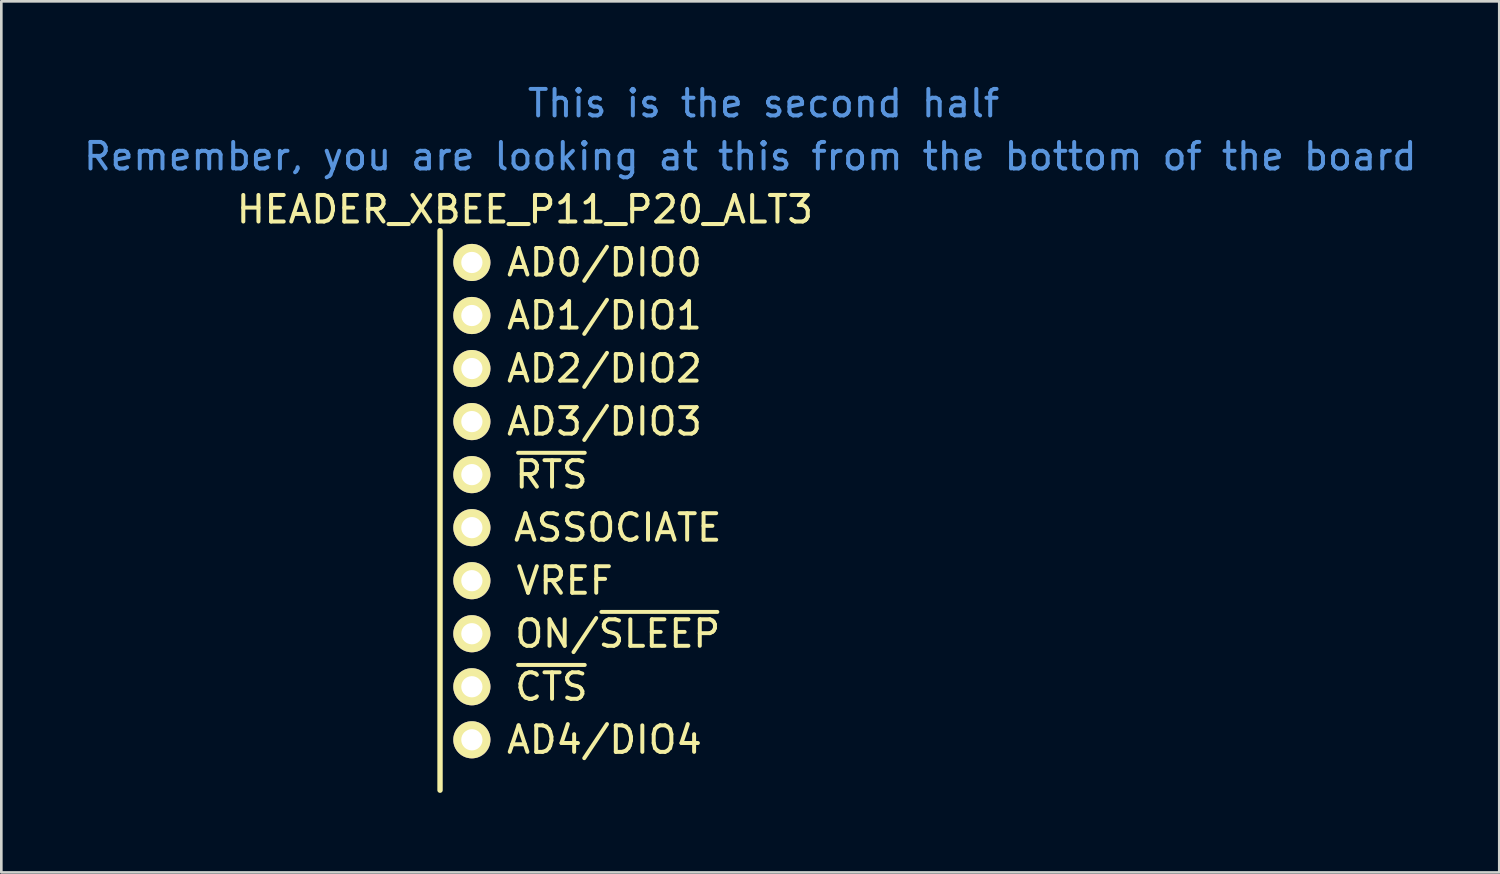
<source format=kicad_pcb>
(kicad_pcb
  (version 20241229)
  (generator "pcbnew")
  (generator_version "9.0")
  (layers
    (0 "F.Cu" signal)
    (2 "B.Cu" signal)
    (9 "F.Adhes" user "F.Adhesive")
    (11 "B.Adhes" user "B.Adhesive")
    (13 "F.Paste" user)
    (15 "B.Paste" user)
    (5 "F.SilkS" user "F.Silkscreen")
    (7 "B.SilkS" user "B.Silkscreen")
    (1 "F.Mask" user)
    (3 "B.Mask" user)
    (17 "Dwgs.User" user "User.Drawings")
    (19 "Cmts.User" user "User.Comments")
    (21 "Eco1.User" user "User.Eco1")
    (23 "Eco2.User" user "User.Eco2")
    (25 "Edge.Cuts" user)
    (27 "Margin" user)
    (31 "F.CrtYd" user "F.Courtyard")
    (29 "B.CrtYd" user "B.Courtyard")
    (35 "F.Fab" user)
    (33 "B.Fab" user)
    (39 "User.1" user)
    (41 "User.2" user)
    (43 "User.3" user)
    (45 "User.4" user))
  (footprint "HEADER_XBEE_P11_P20_ALT3"
    (layer "F.Cu")
    (at 14.744 14.848)
    (property "Reference" "HEADER_XBEE_P11_P20_ALT3" (at 2 -10 0) (layer "F.SilkS") (effects (font (size 1 1) (thickness 0.152))))
    (attr through_hole)
    (fp_line (start -1.2 11.9) (end -1.2 -9.2) (stroke (width 0.203) (type solid)) (layer "F.SilkS"))
    (fp_text user "ON/~{SLEEP}" (at 5.5 6 0) (layer "F.SilkS") (effects (font (size 1 1) (thickness 0.15))))
    (fp_text user "AD4/DIO4" (at 5 10 0) (layer "F.SilkS") (effects (font (size 1 1) (thickness 0.15))))
    (fp_text user "VREF" (at 3.5 4 0) (layer "F.SilkS") (effects (font (size 1 1) (thickness 0.15))))
    (fp_text user "AD3/DIO3" (at 5 -2 0) (layer "F.SilkS") (effects (font (size 1 1) (thickness 0.15))))
    (fp_text user "ASSOCIATE" (at 5.5 2 0) (layer "F.SilkS") (effects (font (size 1 1) (thickness 0.15))))
    (fp_text user "AD2/DIO2" (at 5 -4 0) (layer "F.SilkS") (effects (font (size 1 1) (thickness 0.15))))
    (fp_text user "~{RTS}" (at 3 0 0) (layer "F.SilkS") (effects (font (size 1 1) (thickness 0.15))))
    (fp_text user "~{CTS}" (at 3 8 0) (layer "F.SilkS") (effects (font (size 1 1) (thickness 0.15))))
    (fp_text user "AD1/DIO1" (at 5 -6 0) (layer "F.SilkS") (effects (font (size 1 1) (thickness 0.15))))
    (fp_text user "AD0/DIO0" (at 5 -8 0) (layer "F.SilkS") (effects (font (size 1 1) (thickness 0.15))))
    (fp_text user "This is the second half" (at 11 -14 0) (layer "Cmts.User") (effects (font (size 1 1) (thickness 0.15))))
    (fp_text user "Remember, you are looking at this from the bottom of the board" (at 10.5 -12 0) (layer "Cmts.User") (effects (font (size 1 1) (thickness 0.15))))
    (pad "11" thru_hole circle (at 0 10 180) (size 1.4 1.4) (drill 0.8) (layers "*.Cu" "*.Mask" "F.SilkS"))
    (pad "12" thru_hole circle (at 0 8 180) (size 1.4 1.4) (drill 0.8) (layers "*.Cu" "*.Mask" "F.SilkS"))
    (pad "13" thru_hole circle (at 0 6 180) (size 1.4 1.4) (drill 0.8) (layers "*.Cu" "*.Mask" "F.SilkS"))
    (pad "14" thru_hole circle (at 0 4 180) (size 1.4 1.4) (drill 0.8) (layers "*.Cu" "*.Mask" "F.SilkS"))
    (pad "15" thru_hole circle (at 0 2 180) (size 1.4 1.4) (drill 0.8) (layers "*.Cu" "*.Mask" "F.SilkS"))
    (pad "16" thru_hole circle (at 0 0 180) (size 1.4 1.4) (drill 0.8) (layers "*.Cu" "*.Mask" "F.SilkS"))
    (pad "17" thru_hole circle (at 0 -2 180) (size 1.4 1.4) (drill 0.8) (layers "*.Cu" "*.Mask" "F.SilkS"))
    (pad "18" thru_hole circle (at 0 -4 180) (size 1.4 1.4) (drill 0.8) (layers "*.Cu" "*.Mask" "F.SilkS"))
    (pad "19" thru_hole circle (at 0 -6 180) (size 1.4 1.4) (drill 0.8) (layers "*.Cu" "*.Mask" "F.SilkS"))
    (pad "20" thru_hole circle (at 0 -8 180) (size 1.4 1.4) (drill 0.8) (layers "*.Cu" "*.Mask" "F.SilkS")))
  (gr_rect
    (start -3 -3)
    (end 53.488 29.85)
    (stroke (width 0.1) (type default))
    (fill no)
    (layer "Edge.Cuts")))
</source>
